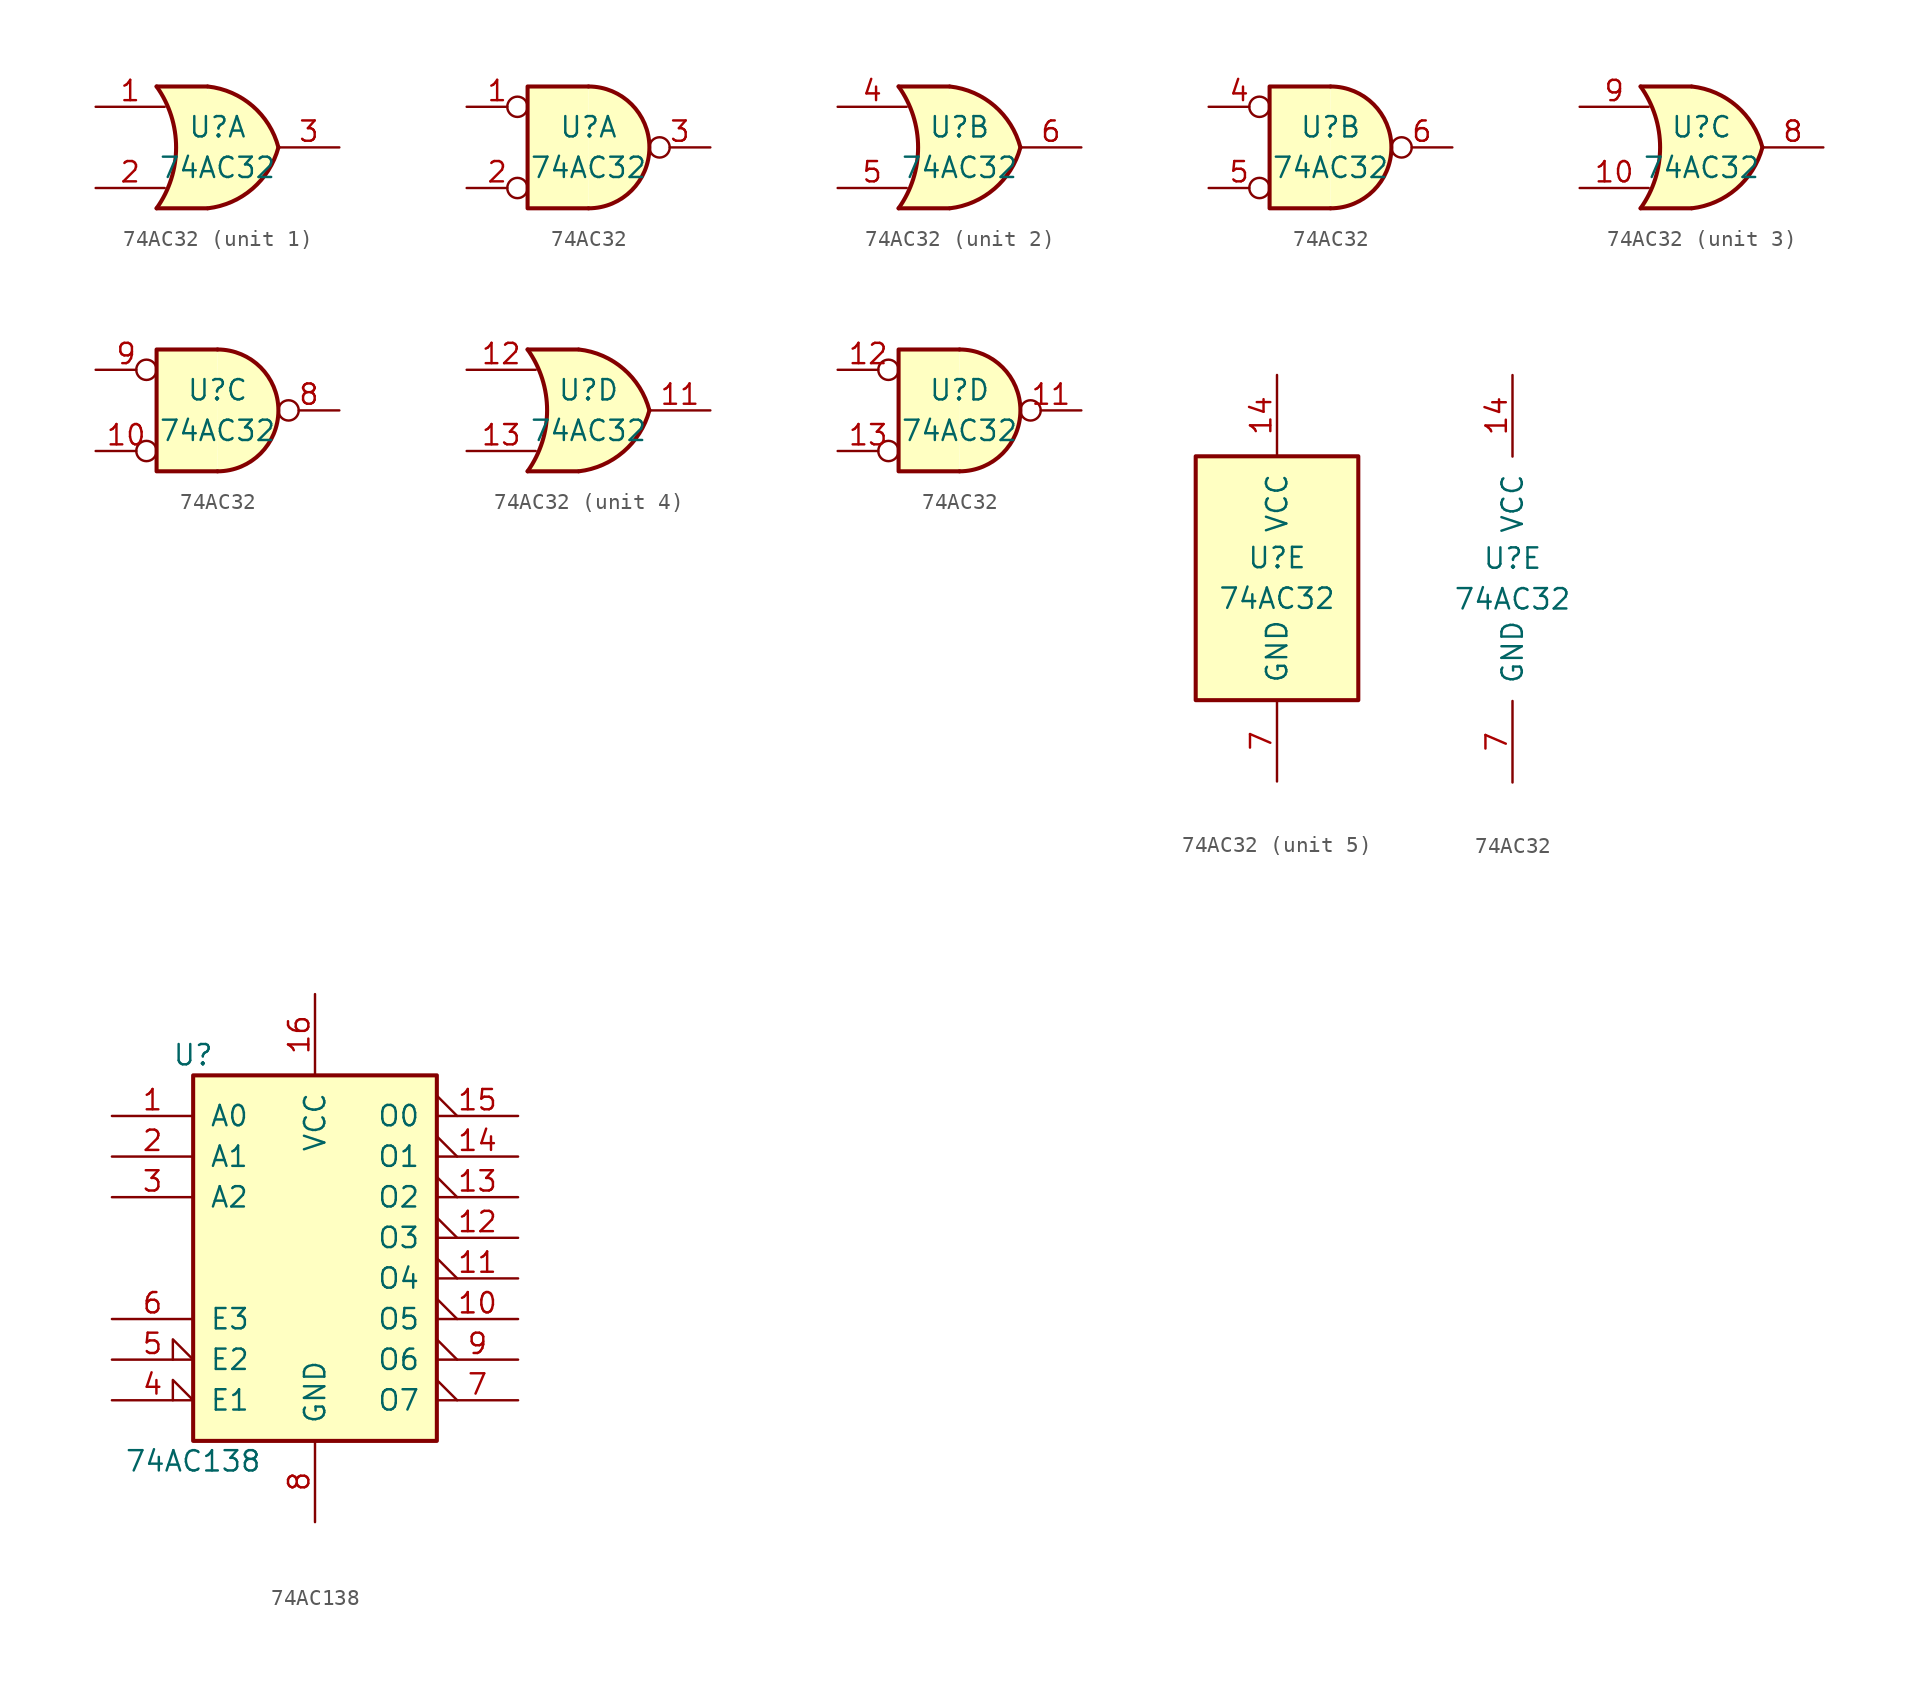
<source format=kicad_sym>
(kicad_symbol_lib
  (version 20211014)
  (generator kicad_symbol_editor)
  (symbol "74AC32"
    (pin_names
      (offset 1.016))
    (property "Reference" "U"
      (at 0 1.27 0)
      (effects (font (size 1.27 1.27))))
    (property "Value" "74AC32"
      (at 0 -1.27 0)
      (effects (font (size 1.27 1.27))))
    (property "ki_locked" ""
      (at 0 0 0)
      (effects (font (size 1.27 1.27))))
    (symbol "74AC32_1_1"
      (arc (start -3.81 -3.81) (mid -2.589 0) (end -3.81 3.81) (stroke (width 0.254) (type default) (color 0 0 0 0)) (fill (type none)))
      (arc (start -0.6096 -3.81) (mid 2.1842 -2.5851) (end 3.81 0) (stroke (width 0.254) (type default) (color 0 0 0 0)) (fill (type background)))
      (polyline (pts (xy -3.81 -3.81) (xy -0.635 -3.81)) (stroke (width 0.254) (type default) (color 0 0 0 0)) (fill (type background)))
      (polyline (pts (xy -3.81 3.81) (xy -0.635 3.81)) (stroke (width 0.254) (type default) (color 0 0 0 0)) (fill (type background)))
      (polyline (pts (xy -0.635 3.81) (xy -3.81 3.81) (xy -3.81 3.81) (xy -3.556 3.404) (xy -3.023 2.261) (xy -2.692 1.041) (xy -2.616 -0.254) (xy -2.769 -1.499) (xy -3.175 -2.718) (xy -3.81 -3.81) (xy -3.81 -3.81) (xy -0.635 -3.81)) (stroke (width -25.4) (type default) (color 0 0 0 0)) (fill (type background)))
      (arc (start 3.81 0) (mid 2.1915 2.5936) (end -0.6096 3.81) (stroke (width 0.254) (type default) (color 0 0 0 0)) (fill (type background)))
      (pin input line (at -7.62 2.54 0) (length 4.318) (name "~" (effects (font (size 1.27 1.27)))) (number "1" (effects (font (size 1.27 1.27)))))
      (pin input line (at -7.62 -2.54 0) (length 4.318) (name "~" (effects (font (size 1.27 1.27)))) (number "2" (effects (font (size 1.27 1.27)))))
      (pin output line (at 7.62 0 180) (length 3.81) (name "~" (effects (font (size 1.27 1.27)))) (number "3" (effects (font (size 1.27 1.27))))))
    (symbol "74AC32_1_2"
      (arc (start 0 -3.81) (mid 3.81 0) (end 0 3.81) (stroke (width 0.254) (type default) (color 0 0 0 0)) (fill (type background)))
      (polyline (pts (xy 0 3.81) (xy -3.81 3.81) (xy -3.81 -3.81) (xy 0 -3.81)) (stroke (width 0.254) (type default) (color 0 0 0 0)) (fill (type background)))
      (pin input inverted (at -7.62 2.54 0) (length 3.81) (name "~" (effects (font (size 1.27 1.27)))) (number "1" (effects (font (size 1.27 1.27)))))
      (pin input inverted (at -7.62 -2.54 0) (length 3.81) (name "~" (effects (font (size 1.27 1.27)))) (number "2" (effects (font (size 1.27 1.27)))))
      (pin output inverted (at 7.62 0 180) (length 3.81) (name "~" (effects (font (size 1.27 1.27)))) (number "3" (effects (font (size 1.27 1.27))))))
    (symbol "74AC32_2_1"
      (arc (start -3.81 -3.81) (mid -2.589 0) (end -3.81 3.81) (stroke (width 0.254) (type default) (color 0 0 0 0)) (fill (type none)))
      (arc (start -0.6096 -3.81) (mid 2.1842 -2.5851) (end 3.81 0) (stroke (width 0.254) (type default) (color 0 0 0 0)) (fill (type background)))
      (polyline (pts (xy -3.81 -3.81) (xy -0.635 -3.81)) (stroke (width 0.254) (type default) (color 0 0 0 0)) (fill (type background)))
      (polyline (pts (xy -3.81 3.81) (xy -0.635 3.81)) (stroke (width 0.254) (type default) (color 0 0 0 0)) (fill (type background)))
      (polyline (pts (xy -0.635 3.81) (xy -3.81 3.81) (xy -3.81 3.81) (xy -3.556 3.404) (xy -3.023 2.261) (xy -2.692 1.041) (xy -2.616 -0.254) (xy -2.769 -1.499) (xy -3.175 -2.718) (xy -3.81 -3.81) (xy -3.81 -3.81) (xy -0.635 -3.81)) (stroke (width -25.4) (type default) (color 0 0 0 0)) (fill (type background)))
      (arc (start 3.81 0) (mid 2.1915 2.5936) (end -0.6096 3.81) (stroke (width 0.254) (type default) (color 0 0 0 0)) (fill (type background)))
      (pin input line (at -7.62 2.54 0) (length 4.318) (name "~" (effects (font (size 1.27 1.27)))) (number "4" (effects (font (size 1.27 1.27)))))
      (pin input line (at -7.62 -2.54 0) (length 4.318) (name "~" (effects (font (size 1.27 1.27)))) (number "5" (effects (font (size 1.27 1.27)))))
      (pin output line (at 7.62 0 180) (length 3.81) (name "~" (effects (font (size 1.27 1.27)))) (number "6" (effects (font (size 1.27 1.27))))))
    (symbol "74AC32_2_2"
      (arc (start 0 -3.81) (mid 3.81 0) (end 0 3.81) (stroke (width 0.254) (type default) (color 0 0 0 0)) (fill (type background)))
      (polyline (pts (xy 0 3.81) (xy -3.81 3.81) (xy -3.81 -3.81) (xy 0 -3.81)) (stroke (width 0.254) (type default) (color 0 0 0 0)) (fill (type background)))
      (pin input inverted (at -7.62 2.54 0) (length 3.81) (name "~" (effects (font (size 1.27 1.27)))) (number "4" (effects (font (size 1.27 1.27)))))
      (pin input inverted (at -7.62 -2.54 0) (length 3.81) (name "~" (effects (font (size 1.27 1.27)))) (number "5" (effects (font (size 1.27 1.27)))))
      (pin output inverted (at 7.62 0 180) (length 3.81) (name "~" (effects (font (size 1.27 1.27)))) (number "6" (effects (font (size 1.27 1.27))))))
    (symbol "74AC32_3_1"
      (arc (start -3.81 -3.81) (mid -2.589 0) (end -3.81 3.81) (stroke (width 0.254) (type default) (color 0 0 0 0)) (fill (type none)))
      (arc (start -0.6096 -3.81) (mid 2.1842 -2.5851) (end 3.81 0) (stroke (width 0.254) (type default) (color 0 0 0 0)) (fill (type background)))
      (polyline (pts (xy -3.81 -3.81) (xy -0.635 -3.81)) (stroke (width 0.254) (type default) (color 0 0 0 0)) (fill (type background)))
      (polyline (pts (xy -3.81 3.81) (xy -0.635 3.81)) (stroke (width 0.254) (type default) (color 0 0 0 0)) (fill (type background)))
      (polyline (pts (xy -0.635 3.81) (xy -3.81 3.81) (xy -3.81 3.81) (xy -3.556 3.404) (xy -3.023 2.261) (xy -2.692 1.041) (xy -2.616 -0.254) (xy -2.769 -1.499) (xy -3.175 -2.718) (xy -3.81 -3.81) (xy -3.81 -3.81) (xy -0.635 -3.81)) (stroke (width -25.4) (type default) (color 0 0 0 0)) (fill (type background)))
      (arc (start 3.81 0) (mid 2.1915 2.5936) (end -0.6096 3.81) (stroke (width 0.254) (type default) (color 0 0 0 0)) (fill (type background)))
      (pin input line (at -7.62 -2.54 0) (length 4.318) (name "~" (effects (font (size 1.27 1.27)))) (number "10" (effects (font (size 1.27 1.27)))))
      (pin output line (at 7.62 0 180) (length 3.81) (name "~" (effects (font (size 1.27 1.27)))) (number "8" (effects (font (size 1.27 1.27)))))
      (pin input line (at -7.62 2.54 0) (length 4.318) (name "~" (effects (font (size 1.27 1.27)))) (number "9" (effects (font (size 1.27 1.27))))))
    (symbol "74AC32_3_2"
      (arc (start 0 -3.81) (mid 3.81 0) (end 0 3.81) (stroke (width 0.254) (type default) (color 0 0 0 0)) (fill (type background)))
      (polyline (pts (xy 0 3.81) (xy -3.81 3.81) (xy -3.81 -3.81) (xy 0 -3.81)) (stroke (width 0.254) (type default) (color 0 0 0 0)) (fill (type background)))
      (pin input inverted (at -7.62 -2.54 0) (length 3.81) (name "~" (effects (font (size 1.27 1.27)))) (number "10" (effects (font (size 1.27 1.27)))))
      (pin output inverted (at 7.62 0 180) (length 3.81) (name "~" (effects (font (size 1.27 1.27)))) (number "8" (effects (font (size 1.27 1.27)))))
      (pin input inverted (at -7.62 2.54 0) (length 3.81) (name "~" (effects (font (size 1.27 1.27)))) (number "9" (effects (font (size 1.27 1.27))))))
    (symbol "74AC32_4_1"
      (arc (start -3.81 -3.81) (mid -2.589 0) (end -3.81 3.81) (stroke (width 0.254) (type default) (color 0 0 0 0)) (fill (type none)))
      (arc (start -0.6096 -3.81) (mid 2.1842 -2.5851) (end 3.81 0) (stroke (width 0.254) (type default) (color 0 0 0 0)) (fill (type background)))
      (polyline (pts (xy -3.81 -3.81) (xy -0.635 -3.81)) (stroke (width 0.254) (type default) (color 0 0 0 0)) (fill (type background)))
      (polyline (pts (xy -3.81 3.81) (xy -0.635 3.81)) (stroke (width 0.254) (type default) (color 0 0 0 0)) (fill (type background)))
      (polyline (pts (xy -0.635 3.81) (xy -3.81 3.81) (xy -3.81 3.81) (xy -3.556 3.404) (xy -3.023 2.261) (xy -2.692 1.041) (xy -2.616 -0.254) (xy -2.769 -1.499) (xy -3.175 -2.718) (xy -3.81 -3.81) (xy -3.81 -3.81) (xy -0.635 -3.81)) (stroke (width -25.4) (type default) (color 0 0 0 0)) (fill (type background)))
      (arc (start 3.81 0) (mid 2.1915 2.5936) (end -0.6096 3.81) (stroke (width 0.254) (type default) (color 0 0 0 0)) (fill (type background)))
      (pin output line (at 7.62 0 180) (length 3.81) (name "~" (effects (font (size 1.27 1.27)))) (number "11" (effects (font (size 1.27 1.27)))))
      (pin input line (at -7.62 2.54 0) (length 4.318) (name "~" (effects (font (size 1.27 1.27)))) (number "12" (effects (font (size 1.27 1.27)))))
      (pin input line (at -7.62 -2.54 0) (length 4.318) (name "~" (effects (font (size 1.27 1.27)))) (number "13" (effects (font (size 1.27 1.27))))))
    (symbol "74AC32_4_2"
      (arc (start 0 -3.81) (mid 3.81 0) (end 0 3.81) (stroke (width 0.254) (type default) (color 0 0 0 0)) (fill (type background)))
      (polyline (pts (xy 0 3.81) (xy -3.81 3.81) (xy -3.81 -3.81) (xy 0 -3.81)) (stroke (width 0.254) (type default) (color 0 0 0 0)) (fill (type background)))
      (pin output inverted (at 7.62 0 180) (length 3.81) (name "~" (effects (font (size 1.27 1.27)))) (number "11" (effects (font (size 1.27 1.27)))))
      (pin input inverted (at -7.62 2.54 0) (length 3.81) (name "~" (effects (font (size 1.27 1.27)))) (number "12" (effects (font (size 1.27 1.27)))))
      (pin input inverted (at -7.62 -2.54 0) (length 3.81) (name "~" (effects (font (size 1.27 1.27)))) (number "13" (effects (font (size 1.27 1.27))))))
    (symbol "74AC32_5_0"
      (pin power_in line (at 0 12.7 270) (length 5.08) (name "VCC" (effects (font (size 1.27 1.27)))) (number "14" (effects (font (size 1.27 1.27)))))
      (pin power_in line (at 0 -12.7 90) (length 5.08) (name "GND" (effects (font (size 1.27 1.27)))) (number "7" (effects (font (size 1.27 1.27))))))
    (symbol "74AC32_5_1"
      (rectangle (start -5.08 7.62) (end 5.08 -7.62) (stroke (width 0.254) (type default) (color 0 0 0 0)) (fill (type background)))))
  (symbol "74AC138"
    (pin_names
      (offset 1.016))
    (property "Reference" "U"
      (at -7.62 11.43 0)
      (effects (font (size 1.27 1.27))))
    (property "Value" "74AC138"
      (at -7.62 -13.97 0)
      (effects (font (size 1.27 1.27))))
    (symbol "74AC138_1_0"
      (pin input line (at -12.7 7.62 0) (length 5.08) (name "A0" (effects (font (size 1.27 1.27)))) (number "1" (effects (font (size 1.27 1.27)))))
      (pin output output_low (at 12.7 -5.08 180) (length 5.08) (name "O5" (effects (font (size 1.27 1.27)))) (number "10" (effects (font (size 1.27 1.27)))))
      (pin output output_low (at 12.7 -2.54 180) (length 5.08) (name "O4" (effects (font (size 1.27 1.27)))) (number "11" (effects (font (size 1.27 1.27)))))
      (pin output output_low (at 12.7 0 180) (length 5.08) (name "O3" (effects (font (size 1.27 1.27)))) (number "12" (effects (font (size 1.27 1.27)))))
      (pin output output_low (at 12.7 2.54 180) (length 5.08) (name "O2" (effects (font (size 1.27 1.27)))) (number "13" (effects (font (size 1.27 1.27)))))
      (pin output output_low (at 12.7 5.08 180) (length 5.08) (name "O1" (effects (font (size 1.27 1.27)))) (number "14" (effects (font (size 1.27 1.27)))))
      (pin output output_low (at 12.7 7.62 180) (length 5.08) (name "O0" (effects (font (size 1.27 1.27)))) (number "15" (effects (font (size 1.27 1.27)))))
      (pin power_in line (at 0 15.24 270) (length 5.08) (name "VCC" (effects (font (size 1.27 1.27)))) (number "16" (effects (font (size 1.27 1.27)))))
      (pin input line (at -12.7 5.08 0) (length 5.08) (name "A1" (effects (font (size 1.27 1.27)))) (number "2" (effects (font (size 1.27 1.27)))))
      (pin input line (at -12.7 2.54 0) (length 5.08) (name "A2" (effects (font (size 1.27 1.27)))) (number "3" (effects (font (size 1.27 1.27)))))
      (pin input input_low (at -12.7 -10.16 0) (length 5.08) (name "E1" (effects (font (size 1.27 1.27)))) (number "4" (effects (font (size 1.27 1.27)))))
      (pin input input_low (at -12.7 -7.62 0) (length 5.08) (name "E2" (effects (font (size 1.27 1.27)))) (number "5" (effects (font (size 1.27 1.27)))))
      (pin input line (at -12.7 -5.08 0) (length 5.08) (name "E3" (effects (font (size 1.27 1.27)))) (number "6" (effects (font (size 1.27 1.27)))))
      (pin output output_low (at 12.7 -10.16 180) (length 5.08) (name "O7" (effects (font (size 1.27 1.27)))) (number "7" (effects (font (size 1.27 1.27)))))
      (pin power_in line (at 0 -17.78 90) (length 5.08) (name "GND" (effects (font (size 1.27 1.27)))) (number "8" (effects (font (size 1.27 1.27)))))
      (pin output output_low (at 12.7 -7.62 180) (length 5.08) (name "O6" (effects (font (size 1.27 1.27)))) (number "9" (effects (font (size 1.27 1.27))))))
    (symbol "74AC138_1_1"
      (rectangle (start -7.62 10.16) (end 7.62 -12.7) (stroke (width 0.254) (type default) (color 0 0 0 0)) (fill (type background))))))
</source>
